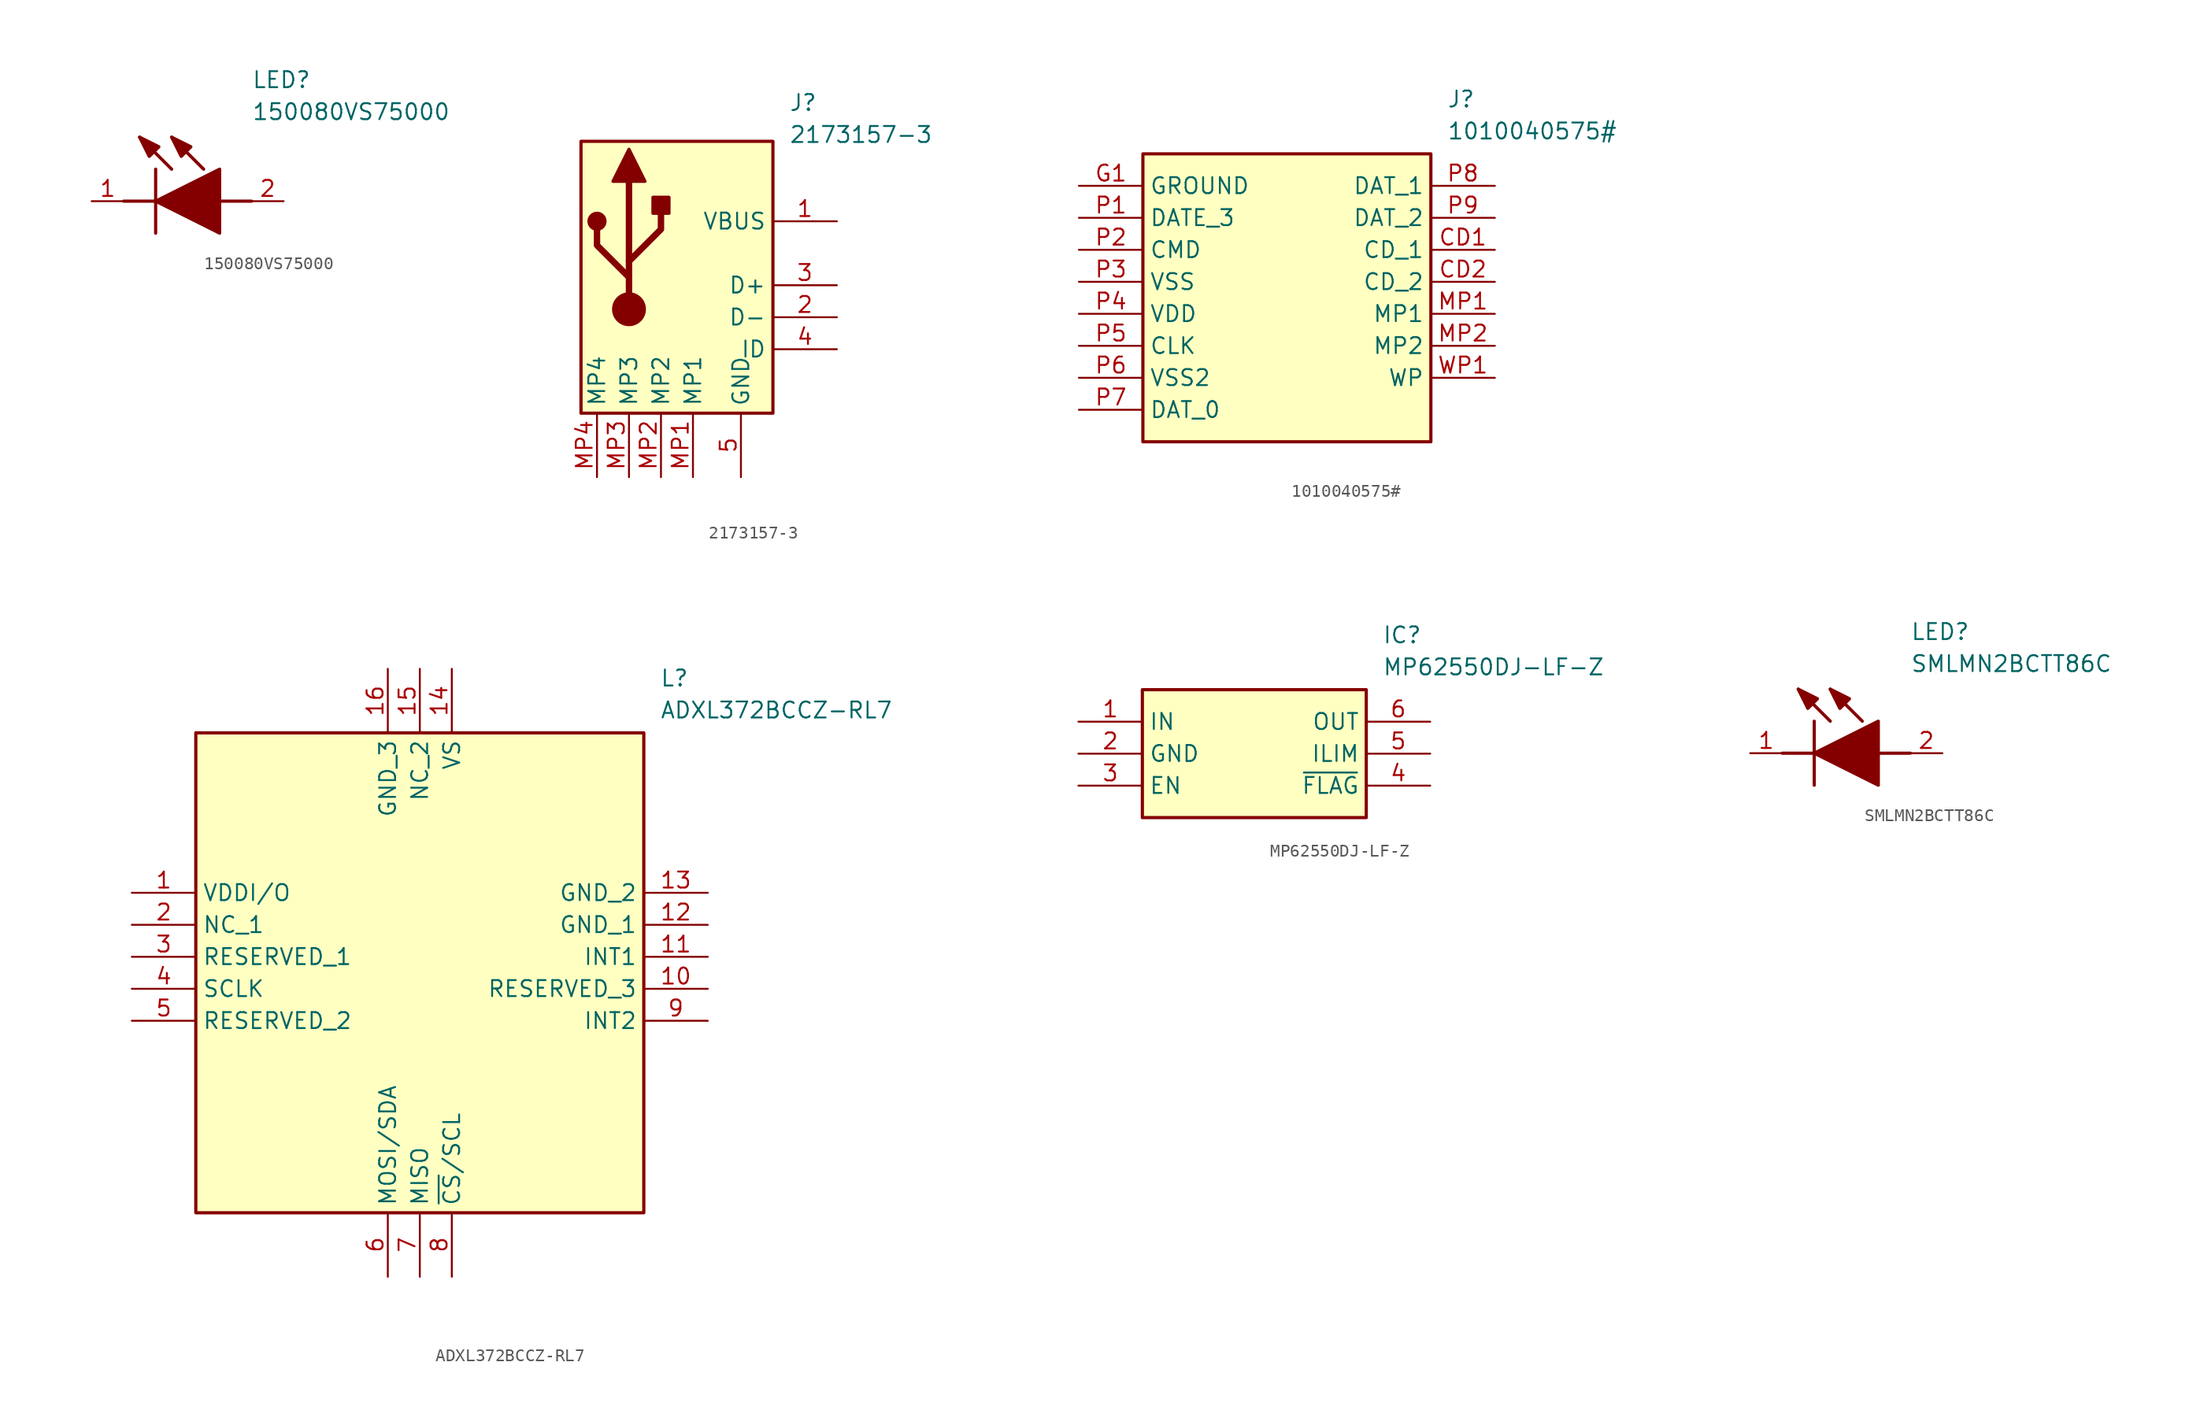
<source format=kicad_sym>
(kicad_symbol_lib
  (version 20231120)
  (generator "kicad_symbol_editor")
  (generator_version "8.0")
  (symbol "150080VS75000"
    (pin_names hide)
    (property "Reference" "LED"
      (at 12.7 8.89 0)
      (effects (font (size 1.27 1.27)) (justify left bottom)))
    (property "Value" "150080VS75000"
      (at 12.7 6.35 0)
      (effects (font (size 1.27 1.27)) (justify left bottom)))
    (polyline
      (pts (xy 5.08 2.54) (xy 5.08 -2.54))
      (stroke (width 0.254) (type default))
      (fill (type none)))
    (polyline
      (pts (xy 6.35 2.54) (xy 3.81 5.08))
      (stroke (width 0.254) (type default))
      (fill (type none)))
    (polyline
      (pts (xy 8.89 2.54) (xy 6.35 5.08))
      (stroke (width 0.254) (type default))
      (fill (type none)))
    (polyline
      (pts (xy 2.54 0) (xy 5.08 0))
      (stroke (width 0.254) (type default))
      (fill (type none)))
    (polyline
      (pts (xy 10.16 0) (xy 12.7 0))
      (stroke (width 0.254) (type default))
      (fill (type none)))
    (polyline
      (pts (xy 5.08 0) (xy 10.16 2.54) (xy 10.16 -2.54) (xy 5.08 0))
      (stroke (width 0.254) (type default))
      (fill (type outline)))
    (polyline
      (pts (xy 5.334 4.318) (xy 4.572 3.556) (xy 3.81 5.08) (xy 5.334 4.318))
      (stroke (width 0.254) (type default))
      (fill (type outline)))
    (polyline
      (pts (xy 7.874 4.318) (xy 7.112 3.556) (xy 6.35 5.08) (xy 7.874 4.318))
      (stroke (width 0.254) (type default))
      (fill (type outline)))
    (pin passive line
      (at 0 0 0)
      (length 2.54)
      (name "K" (effects (font (size 1.27 1.27))))
      (number "1" (effects (font (size 1.27 1.27)))))
    (pin passive line
      (at 15.24 0 180)
      (length 2.54)
      (name "A" (effects (font (size 1.27 1.27))))
      (number "2" (effects (font (size 1.27 1.27))))))
  (symbol "2173157-3"
    (property "Reference" "J"
      (at 16.51 7.62 0)
      (effects (font (size 1.27 1.27)) (justify left top)))
    (property "Value" "2173157-3"
      (at 16.51 5.08 0)
      (effects (font (size 1.27 1.27)) (justify left top)))
    (symbol "2173157-3_1_1"
      (polyline (pts (xy 3.81 -9.525) (xy 3.81 0.635)) (stroke (width 0.508) (type default)) (fill (type none)))
      (polyline (pts (xy 3.81 -6.985) (xy 1.27 -4.445) (xy 1.27 -3.175)) (stroke (width 0.508) (type default)) (fill (type none)))
      (polyline (pts (xy 3.81 -5.715) (xy 6.35 -3.175) (xy 6.35 -1.905)) (stroke (width 0.508) (type default)) (fill (type none)))
      (polyline (pts (xy 2.54 0.635) (xy 3.81 3.175) (xy 5.08 0.635) (xy 2.54 0.635)) (stroke (width 0.254) (type default)) (fill (type outline)))
      (rectangle (start 0 3.81) (end 15.24 -17.78) (stroke (width 0.254) (type default)) (fill (type background)))
      (circle (center 1.27 -2.54) (radius 0.635) (stroke (width 0.254) (type default)) (fill (type outline)))
      (circle (center 3.81 -9.525) (radius 1.27) (stroke (width 0) (type default)) (fill (type outline)))
      (rectangle (start 5.715 -1.905) (end 6.985 -0.635) (stroke (width 0.254) (type default)) (fill (type outline)))
      (pin power_out line (at 20.32 -2.54 180) (length 5.08) (name "VBUS" (effects (font (size 1.27 1.27)))) (number "1" (effects (font (size 1.27 1.27)))))
      (pin passive line (at 20.32 -10.16 180) (length 5.08) (name "D-" (effects (font (size 1.27 1.27)))) (number "2" (effects (font (size 1.27 1.27)))))
      (pin passive line (at 20.32 -7.62 180) (length 5.08) (name "D+" (effects (font (size 1.27 1.27)))) (number "3" (effects (font (size 1.27 1.27)))))
      (pin passive line (at 20.32 -12.7 180) (length 5.08) (name "ID" (effects (font (size 1.27 1.27)))) (number "4" (effects (font (size 1.27 1.27)))))
      (pin power_out line (at 12.7 -22.86 90) (length 5.08) (name "GND" (effects (font (size 1.27 1.27)))) (number "5" (effects (font (size 1.27 1.27)))))
      (pin passive line (at 8.89 -22.86 90) (length 5.08) (name "MP1" (effects (font (size 1.27 1.27)))) (number "MP1" (effects (font (size 1.27 1.27)))))
      (pin passive line (at 6.35 -22.86 90) (length 5.08) (name "MP2" (effects (font (size 1.27 1.27)))) (number "MP2" (effects (font (size 1.27 1.27)))))
      (pin passive line (at 3.81 -22.86 90) (length 5.08) (name "MP3" (effects (font (size 1.27 1.27)))) (number "MP3" (effects (font (size 1.27 1.27)))))
      (pin passive line (at 1.27 -22.86 90) (length 5.08) (name "MP4" (effects (font (size 1.27 1.27)))) (number "MP4" (effects (font (size 1.27 1.27)))))))
  (symbol "1010040575#"
    (property "Reference" "J"
      (at 29.21 7.62 0)
      (effects (font (size 1.27 1.27)) (justify left top)))
    (property "Value" "1010040575#"
      (at 29.21 5.08 0)
      (effects (font (size 1.27 1.27)) (justify left top)))
    (rectangle
      (start 5.08 2.54)
      (end 27.94 -20.32)
      (stroke (width 0.254) (type default))
      (fill (type background)))
    (pin passive line
      (at 0 0 0)
      (length 5.08)
      (name "GROUND" (effects (font (size 1.27 1.27))))
      (number "G1" (effects (font (size 1.27 1.27)))))
    (pin passive line
      (at 0 -2.54 0)
      (length 5.08)
      (name "DATE_3" (effects (font (size 1.27 1.27))))
      (number "P1" (effects (font (size 1.27 1.27)))))
    (pin passive line
      (at 0 -5.08 0)
      (length 5.08)
      (name "CMD" (effects (font (size 1.27 1.27))))
      (number "P2" (effects (font (size 1.27 1.27)))))
    (pin passive line
      (at 0 -7.62 0)
      (length 5.08)
      (name "VSS" (effects (font (size 1.27 1.27))))
      (number "P3" (effects (font (size 1.27 1.27)))))
    (pin passive line
      (at 0 -10.16 0)
      (length 5.08)
      (name "VDD" (effects (font (size 1.27 1.27))))
      (number "P4" (effects (font (size 1.27 1.27)))))
    (pin passive line
      (at 0 -12.7 0)
      (length 5.08)
      (name "CLK" (effects (font (size 1.27 1.27))))
      (number "P5" (effects (font (size 1.27 1.27)))))
    (pin passive line
      (at 0 -15.24 0)
      (length 5.08)
      (name "VSS2" (effects (font (size 1.27 1.27))))
      (number "P6" (effects (font (size 1.27 1.27)))))
    (pin passive line
      (at 0 -17.78 0)
      (length 5.08)
      (name "DAT_0" (effects (font (size 1.27 1.27))))
      (number "P7" (effects (font (size 1.27 1.27)))))
    (pin passive line
      (at 33.02 0 180)
      (length 5.08)
      (name "DAT_1" (effects (font (size 1.27 1.27))))
      (number "P8" (effects (font (size 1.27 1.27)))))
    (pin passive line
      (at 33.02 -2.54 180)
      (length 5.08)
      (name "DAT_2" (effects (font (size 1.27 1.27))))
      (number "P9" (effects (font (size 1.27 1.27)))))
    (pin passive line
      (at 33.02 -5.08 180)
      (length 5.08)
      (name "CD_1" (effects (font (size 1.27 1.27))))
      (number "CD1" (effects (font (size 1.27 1.27)))))
    (pin passive line
      (at 33.02 -7.62 180)
      (length 5.08)
      (name "CD_2" (effects (font (size 1.27 1.27))))
      (number "CD2" (effects (font (size 1.27 1.27)))))
    (pin passive line
      (at 33.02 -10.16 180)
      (length 5.08)
      (name "MP1" (effects (font (size 1.27 1.27))))
      (number "MP1" (effects (font (size 1.27 1.27)))))
    (pin passive line
      (at 33.02 -12.7 180)
      (length 5.08)
      (name "MP2" (effects (font (size 1.27 1.27))))
      (number "MP2" (effects (font (size 1.27 1.27)))))
    (pin passive line
      (at 33.02 -15.24 180)
      (length 5.08)
      (name "WP" (effects (font (size 1.27 1.27))))
      (number "WP1" (effects (font (size 1.27 1.27))))))
  (symbol "ADXL372BCCZ-RL7"
    (property "Reference" "L"
      (at 41.91 17.78 0)
      (effects (font (size 1.27 1.27)) (justify left top)))
    (property "Value" "ADXL372BCCZ-RL7"
      (at 41.91 15.24 0)
      (effects (font (size 1.27 1.27)) (justify left top)))
    (rectangle
      (start 5.08 12.7)
      (end 40.64 -25.4)
      (stroke (width 0.254) (type default))
      (fill (type background)))
    (pin passive line
      (at 0 0 0)
      (length 5.08)
      (name "VDDI/O" (effects (font (size 1.27 1.27))))
      (number "1" (effects (font (size 1.27 1.27)))))
    (pin passive line
      (at 0 -2.54 0)
      (length 5.08)
      (name "NC_1" (effects (font (size 1.27 1.27))))
      (number "2" (effects (font (size 1.27 1.27)))))
    (pin passive line
      (at 0 -5.08 0)
      (length 5.08)
      (name "RESERVED_1" (effects (font (size 1.27 1.27))))
      (number "3" (effects (font (size 1.27 1.27)))))
    (pin passive line
      (at 0 -7.62 0)
      (length 5.08)
      (name "SCLK" (effects (font (size 1.27 1.27))))
      (number "4" (effects (font (size 1.27 1.27)))))
    (pin passive line
      (at 0 -10.16 0)
      (length 5.08)
      (name "RESERVED_2" (effects (font (size 1.27 1.27))))
      (number "5" (effects (font (size 1.27 1.27)))))
    (pin passive line
      (at 20.32 -30.48 90)
      (length 5.08)
      (name "MOSI/SDA" (effects (font (size 1.27 1.27))))
      (number "6" (effects (font (size 1.27 1.27)))))
    (pin passive line
      (at 22.86 -30.48 90)
      (length 5.08)
      (name "MISO" (effects (font (size 1.27 1.27))))
      (number "7" (effects (font (size 1.27 1.27)))))
    (pin passive line
      (at 25.4 -30.48 90)
      (length 5.08)
      (name "~{CS}/SCL" (effects (font (size 1.27 1.27))))
      (number "8" (effects (font (size 1.27 1.27)))))
    (pin passive line
      (at 45.72 -10.16 180)
      (length 5.08)
      (name "INT2" (effects (font (size 1.27 1.27))))
      (number "9" (effects (font (size 1.27 1.27)))))
    (pin passive line
      (at 45.72 -7.62 180)
      (length 5.08)
      (name "RESERVED_3" (effects (font (size 1.27 1.27))))
      (number "10" (effects (font (size 1.27 1.27)))))
    (pin passive line
      (at 45.72 -5.08 180)
      (length 5.08)
      (name "INT1" (effects (font (size 1.27 1.27))))
      (number "11" (effects (font (size 1.27 1.27)))))
    (pin passive line
      (at 45.72 -2.54 180)
      (length 5.08)
      (name "GND_1" (effects (font (size 1.27 1.27))))
      (number "12" (effects (font (size 1.27 1.27)))))
    (pin passive line
      (at 45.72 0 180)
      (length 5.08)
      (name "GND_2" (effects (font (size 1.27 1.27))))
      (number "13" (effects (font (size 1.27 1.27)))))
    (pin passive line
      (at 25.4 17.78 270)
      (length 5.08)
      (name "VS" (effects (font (size 1.27 1.27))))
      (number "14" (effects (font (size 1.27 1.27)))))
    (pin passive line
      (at 22.86 17.78 270)
      (length 5.08)
      (name "NC_2" (effects (font (size 1.27 1.27))))
      (number "15" (effects (font (size 1.27 1.27)))))
    (pin passive line
      (at 20.32 17.78 270)
      (length 5.08)
      (name "GND_3" (effects (font (size 1.27 1.27))))
      (number "16" (effects (font (size 1.27 1.27))))))
  (symbol "MP62550DJ-LF-Z"
    (property "Reference" "IC"
      (at 24.13 7.62 0)
      (effects (font (size 1.27 1.27)) (justify left top)))
    (property "Value" "MP62550DJ-LF-Z"
      (at 24.13 5.08 0)
      (effects (font (size 1.27 1.27)) (justify left top)))
    (symbol "MP62550DJ-LF-Z_1_1"
      (rectangle (start 5.08 2.54) (end 22.86 -7.62) (stroke (width 0.254) (type default)) (fill (type background)))
      (pin passive line (at 0 0 0) (length 5.08) (name "IN" (effects (font (size 1.27 1.27)))) (number "1" (effects (font (size 1.27 1.27)))))
      (pin passive line (at 0 -2.54 0) (length 5.08) (name "GND" (effects (font (size 1.27 1.27)))) (number "2" (effects (font (size 1.27 1.27)))))
      (pin passive line (at 0 -5.08 0) (length 5.08) (name "EN" (effects (font (size 1.27 1.27)))) (number "3" (effects (font (size 1.27 1.27)))))
      (pin passive line (at 27.94 -5.08 180) (length 5.08) (name "~{FLAG}" (effects (font (size 1.27 1.27)))) (number "4" (effects (font (size 1.27 1.27)))))
      (pin passive line (at 27.94 -2.54 180) (length 5.08) (name "ILIM" (effects (font (size 1.27 1.27)))) (number "5" (effects (font (size 1.27 1.27)))))
      (pin passive line (at 27.94 0 180) (length 5.08) (name "OUT" (effects (font (size 1.27 1.27)))) (number "6" (effects (font (size 1.27 1.27)))))))
  (symbol "SMLMN2BCTT86C"
    (pin_names hide)
    (property "Reference" "LED"
      (at 12.7 8.89 0)
      (effects (font (size 1.27 1.27)) (justify left bottom)))
    (property "Value" "SMLMN2BCTT86C"
      (at 12.7 6.35 0)
      (effects (font (size 1.27 1.27)) (justify left bottom)))
    (symbol "SMLMN2BCTT86C_1_1"
      (polyline (pts (xy 2.54 0) (xy 5.08 0)) (stroke (width 0.254) (type default)) (fill (type none)))
      (polyline (pts (xy 5.08 2.54) (xy 5.08 -2.54)) (stroke (width 0.254) (type default)) (fill (type none)))
      (polyline (pts (xy 6.35 2.54) (xy 3.81 5.08)) (stroke (width 0.254) (type default)) (fill (type none)))
      (polyline (pts (xy 8.89 2.54) (xy 6.35 5.08)) (stroke (width 0.254) (type default)) (fill (type none)))
      (polyline (pts (xy 10.16 0) (xy 12.7 0)) (stroke (width 0.254) (type default)) (fill (type none)))
      (polyline (pts (xy 5.08 0) (xy 10.16 2.54) (xy 10.16 -2.54) (xy 5.08 0)) (stroke (width 0.254) (type default)) (fill (type outline)))
      (polyline (pts (xy 5.334 4.318) (xy 4.572 3.556) (xy 3.81 5.08) (xy 5.334 4.318)) (stroke (width 0.254) (type default)) (fill (type outline)))
      (polyline (pts (xy 7.874 4.318) (xy 7.112 3.556) (xy 6.35 5.08) (xy 7.874 4.318)) (stroke (width 0.254) (type default)) (fill (type outline)))
      (pin passive line (at 0 0 0) (length 2.54) (name "K" (effects (font (size 1.27 1.27)))) (number "1" (effects (font (size 1.27 1.27)))))
      (pin passive line (at 15.24 0 180) (length 2.54) (name "A" (effects (font (size 1.27 1.27)))) (number "2" (effects (font (size 1.27 1.27))))))))
</source>
